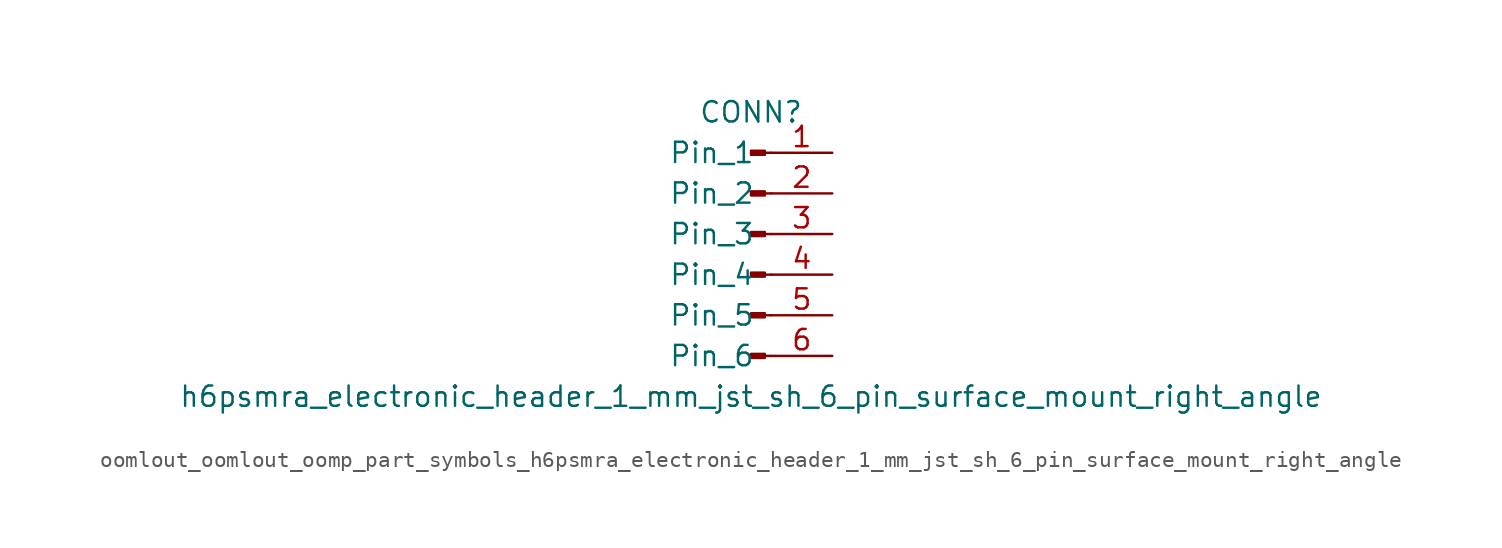
<source format=kicad_sym>
(kicad_symbol_lib
  (version 20220914)
  (generator kicad_symbol_editor)
  (symbol "oomlout_oomlout_oomp_part_symbols_h6psmra_electronic_header_1_mm_jst_sh_6_pin_surface_mount_right_angle"
    (pin_names
      (offset 1.016))
    (property "Reference" "CONN"
      (at 0 7.62 0)
      (effects (font (size 1.27 1.27))))
    (property "Value" "h6psmra_electronic_header_1_mm_jst_sh_6_pin_surface_mount_right_angle"
      (at 0 -10.16 0)
      (effects (font (size 1.27 1.27))))
    (property "ki_locked" ""
      (at 0 0 0)
      (effects (font (size 1.27 1.27))))
    (symbol "oomlout_oomlout_oomp_part_symbols_h6psmra_electronic_header_1_mm_jst_sh_6_pin_surface_mount_right_angle_1_1"
      (polyline (pts (xy 1.27 -7.62) (xy 0.864 -7.62)) (stroke (width 0.152) (type default)) (fill (type none)))
      (polyline (pts (xy 1.27 -5.08) (xy 0.864 -5.08)) (stroke (width 0.152) (type default)) (fill (type none)))
      (polyline (pts (xy 1.27 -2.54) (xy 0.864 -2.54)) (stroke (width 0.152) (type default)) (fill (type none)))
      (polyline (pts (xy 1.27 0) (xy 0.864 0)) (stroke (width 0.152) (type default)) (fill (type none)))
      (polyline (pts (xy 1.27 2.54) (xy 0.864 2.54)) (stroke (width 0.152) (type default)) (fill (type none)))
      (polyline (pts (xy 1.27 5.08) (xy 0.864 5.08)) (stroke (width 0.152) (type default)) (fill (type none)))
      (rectangle (start 0.864 -7.493) (end 0 -7.747) (stroke (width 0.152) (type default)) (fill (type outline)))
      (rectangle (start 0.864 -4.953) (end 0 -5.207) (stroke (width 0.152) (type default)) (fill (type outline)))
      (rectangle (start 0.864 -2.413) (end 0 -2.667) (stroke (width 0.152) (type default)) (fill (type outline)))
      (rectangle (start 0.864 0.127) (end 0 -0.127) (stroke (width 0.152) (type default)) (fill (type outline)))
      (rectangle (start 0.864 2.667) (end 0 2.413) (stroke (width 0.152) (type default)) (fill (type outline)))
      (rectangle (start 0.864 5.207) (end 0 4.953) (stroke (width 0.152) (type default)) (fill (type outline)))
      (pin passive line (at 5.08 5.08 180) (length 3.81) (name "Pin_1" (effects (font (size 1.27 1.27)))) (number "1" (effects (font (size 1.27 1.27)))))
      (pin passive line (at 5.08 2.54 180) (length 3.81) (name "Pin_2" (effects (font (size 1.27 1.27)))) (number "2" (effects (font (size 1.27 1.27)))))
      (pin passive line (at 5.08 0 180) (length 3.81) (name "Pin_3" (effects (font (size 1.27 1.27)))) (number "3" (effects (font (size 1.27 1.27)))))
      (pin passive line (at 5.08 -2.54 180) (length 3.81) (name "Pin_4" (effects (font (size 1.27 1.27)))) (number "4" (effects (font (size 1.27 1.27)))))
      (pin passive line (at 5.08 -5.08 180) (length 3.81) (name "Pin_5" (effects (font (size 1.27 1.27)))) (number "5" (effects (font (size 1.27 1.27)))))
      (pin passive line (at 5.08 -7.62 180) (length 3.81) (name "Pin_6" (effects (font (size 1.27 1.27)))) (number "6" (effects (font (size 1.27 1.27))))))))
</source>
